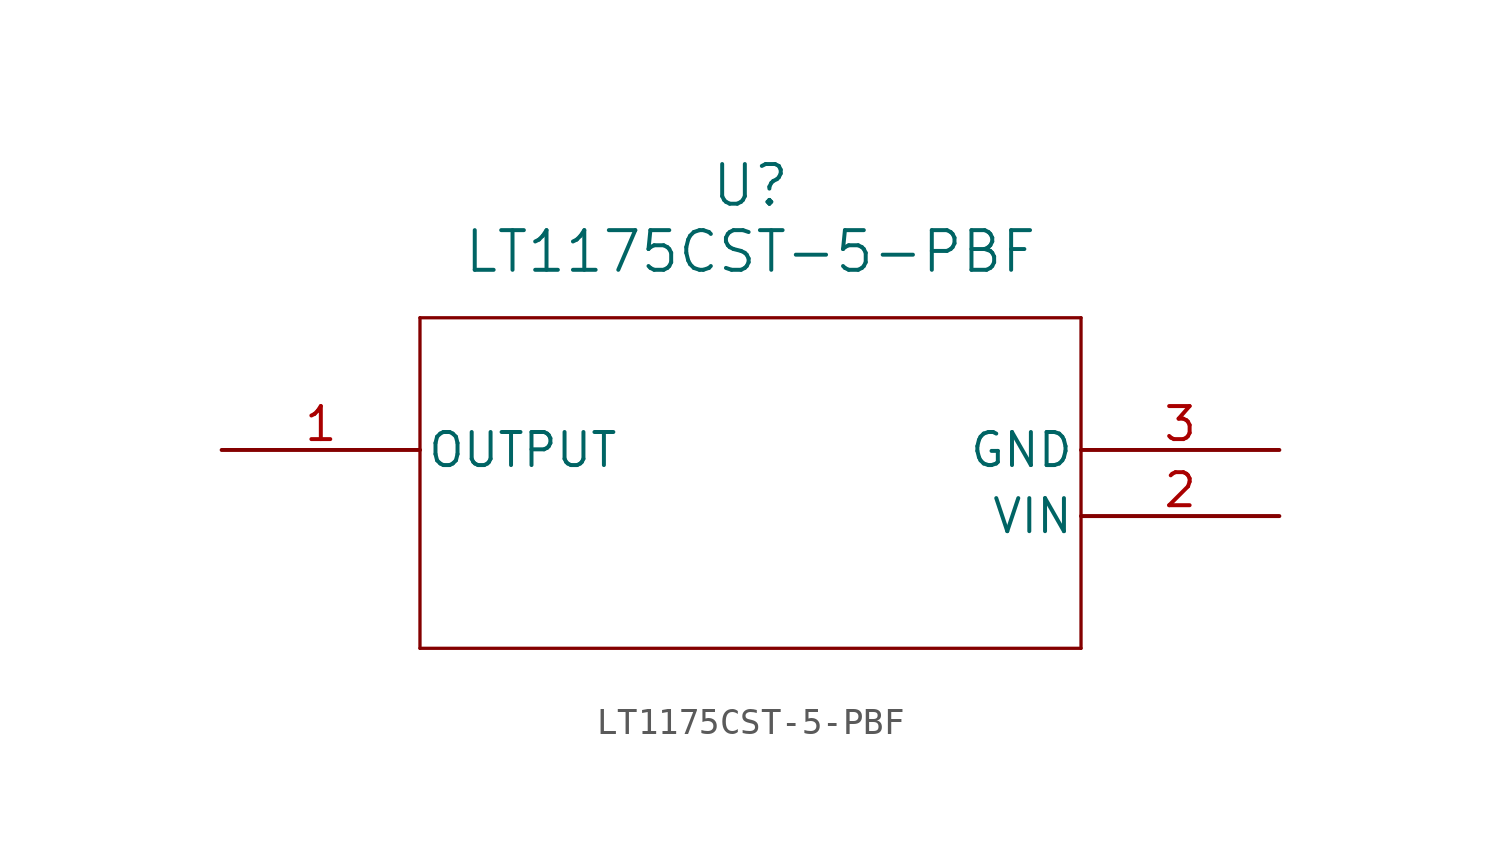
<source format=kicad_sym>
(kicad_symbol_lib
  (version 20211014)
  (generator kicad_symbol_editor)
  (symbol "LT1175CST-5-PBF"
    (pin_names
      (offset 0.254))
    (property "Reference" "U"
      (at 20.32 10.16 0)
      (effects (font (size 1.524 1.524))))
    (property "Value" "LT1175CST-5-PBF"
      (at 20.32 7.62 0)
      (effects (font (size 1.524 1.524))))
    (symbol "LT1175CST-5-PBF_0_1"
      (polyline (pts (xy 7.62 5.08) (xy 7.62 -7.62)) (stroke (width 0.127) (type default) (color 0 0 0 0)) (fill (type none)))
      (polyline (pts (xy 7.62 -7.62) (xy 33.02 -7.62)) (stroke (width 0.127) (type default) (color 0 0 0 0)) (fill (type none)))
      (polyline (pts (xy 33.02 -7.62) (xy 33.02 5.08)) (stroke (width 0.127) (type default) (color 0 0 0 0)) (fill (type none)))
      (polyline (pts (xy 33.02 5.08) (xy 7.62 5.08)) (stroke (width 0.127) (type default) (color 0 0 0 0)) (fill (type none)))
      (pin output line (at 0 0 0) (length 7.62) (name "OUTPUT" (effects (font (size 1.27 1.27)))) (number "1" (effects (font (size 1.27 1.27)))))
      (pin input line (at 40.64 -2.54 180) (length 7.62) (name "VIN" (effects (font (size 1.27 1.27)))) (number "2" (effects (font (size 1.27 1.27)))))
      (pin power_in line (at 40.64 0 180) (length 7.62) (name "GND" (effects (font (size 1.27 1.27)))) (number "3" (effects (font (size 1.27 1.27))))))))
</source>
